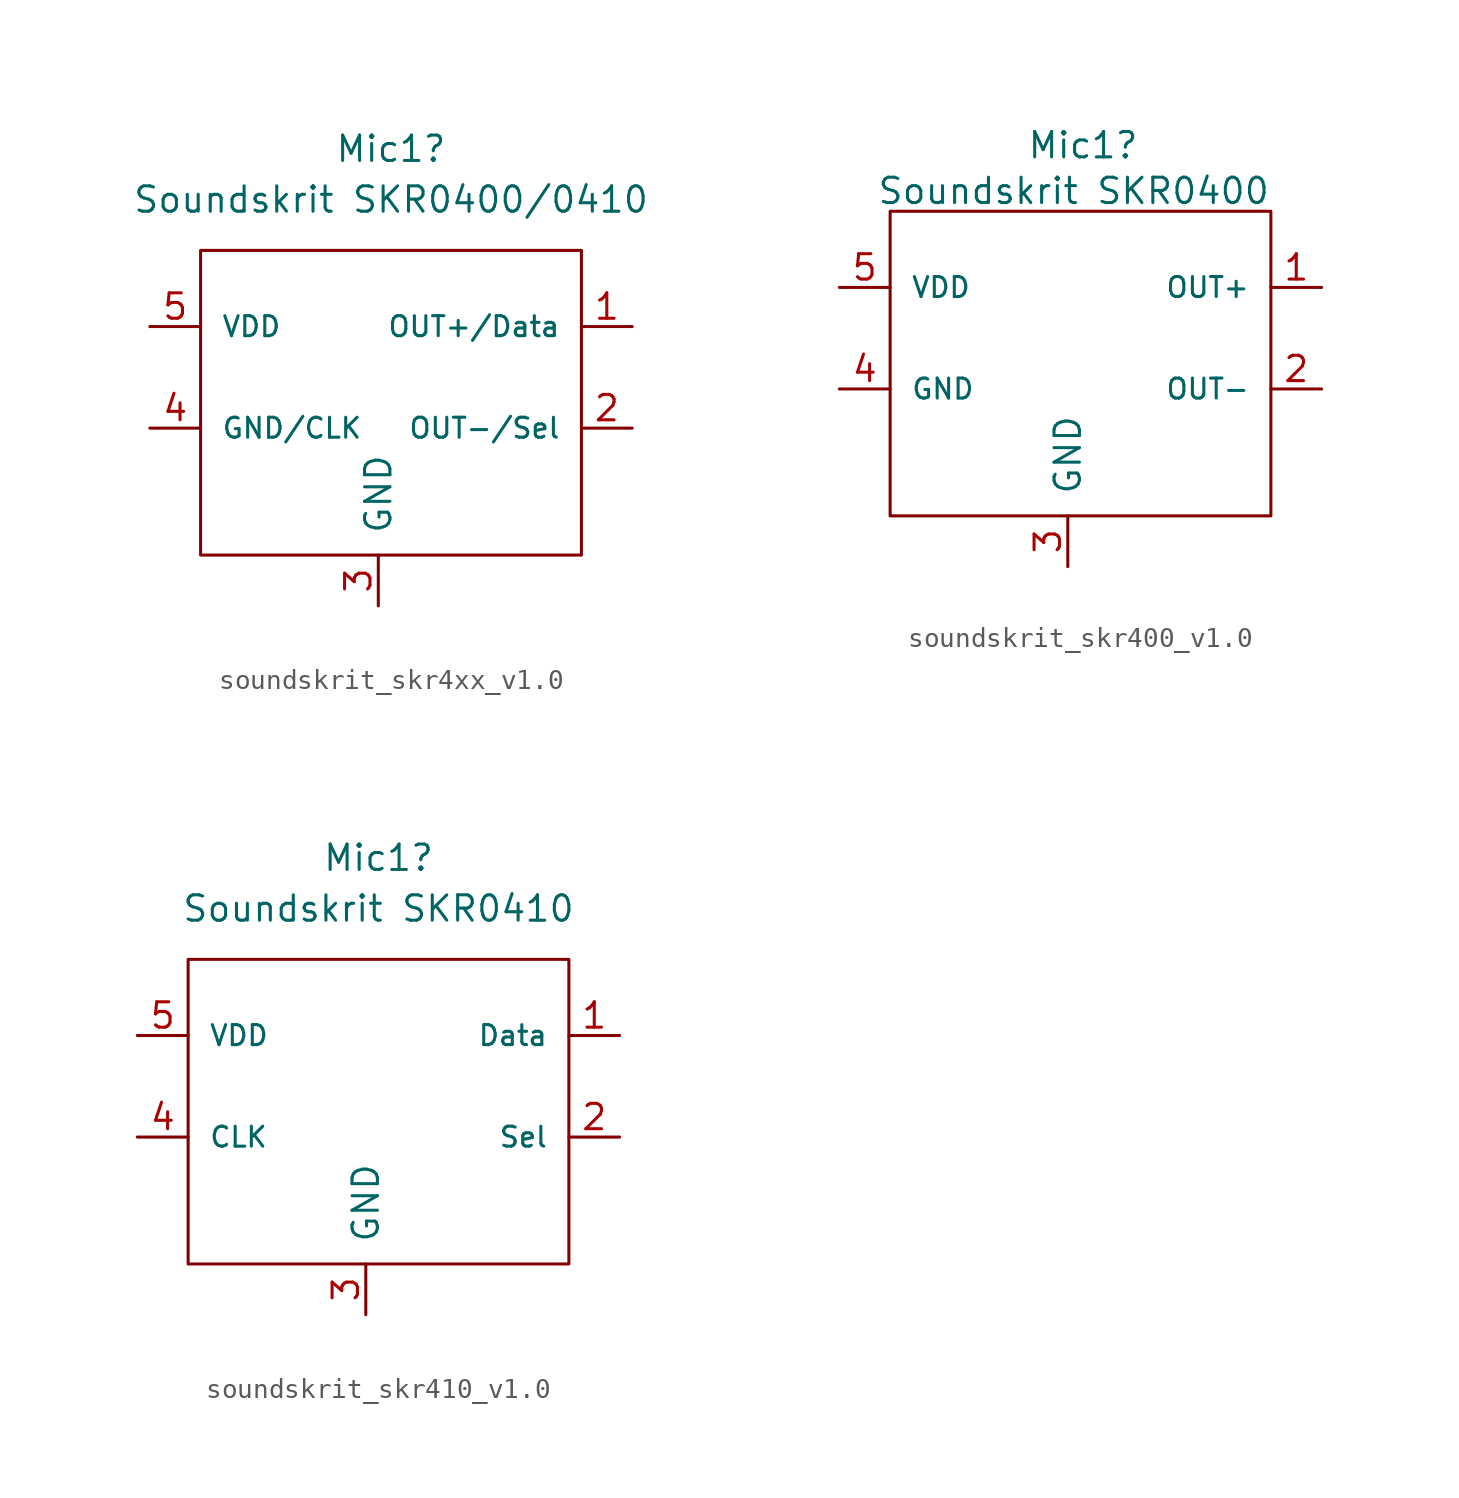
<source format=kicad_sym>
(kicad_symbol_lib
  (version 20231120)
  (generator "kicad_symbol_editor")
  (generator_version "8.0")
  (symbol "soundskrit_skr4xx_v1.0"
    (pin_names
      (offset 1.016))
    (property "Reference" "Mic1"
      (at 5.715 3.81 0)
      (effects (font (size 1.27 1.27))))
    (property "Value" "Soundskrit SKR0400/0410"
      (at 5.715 1.27 0)
      (effects (font (size 1.27 1.27))))
    (symbol "soundskrit_skr4xx_v1.0_0_1"
      (polyline (pts (xy -3.81 -1.27) (xy 15.24 -1.27) (xy 15.24 -16.51) (xy 0 -16.51) (xy -3.81 -16.51) (xy -3.81 -8.89) (xy -3.81 -1.27)) (stroke (width 0) (type default)) (fill (type none))))
    (symbol "soundskrit_skr4xx_v1.0_1_1"
      (pin output line (at 17.78 -5.08 180) (length 2.54) (name "OUT+/Data" (effects (font (size 1 1)))) (number "1" (effects (font (size 1.27 1.27)))))
      (pin bidirectional line (at 17.78 -10.16 180) (length 2.54) (name "OUT-/Sel" (effects (font (size 1 1)))) (number "2" (effects (font (size 1.27 1.27)))))
      (pin power_in line (at 5.08 -19.05 90) (length 2.54) (name "GND" (effects (font (size 1.27 1.27)))) (number "3" (effects (font (size 1.27 1.27)))))
      (pin bidirectional line (at -6.35 -10.16 0) (length 2.54) (name "GND/CLK" (effects (font (size 1 1)))) (number "4" (effects (font (size 1.27 1.27)))))
      (pin power_in line (at -6.35 -5.08 0) (length 2.54) (name "VDD" (effects (font (size 1 1)))) (number "5" (effects (font (size 1.27 1.27)))))))
  (symbol "soundskrit_skr400_v1.0"
    (pin_names
      (offset 1.016))
    (property "Reference" "Mic1"
      (at 5.842 2.032 0)
      (effects (font (size 1.27 1.27))))
    (property "Value" "Soundskrit SKR0400"
      (at 15.24 -0.254 0)
      (effects (font (size 1.27 1.27)) (justify right)))
    (symbol "soundskrit_skr400_v1.0_0_1"
      (polyline (pts (xy -3.81 -1.27) (xy 15.24 -1.27) (xy 15.24 -16.51) (xy 0 -16.51) (xy -3.81 -16.51) (xy -3.81 -8.89) (xy -3.81 -1.27)) (stroke (width 0) (type default)) (fill (type none))))
    (symbol "soundskrit_skr400_v1.0_1_1"
      (pin output line (at 17.78 -5.08 180) (length 2.54) (name "OUT+" (effects (font (size 1 1)))) (number "1" (effects (font (size 1.27 1.27)))))
      (pin output line (at 17.78 -10.16 180) (length 2.54) (name "OUT-" (effects (font (size 1 1)))) (number "2" (effects (font (size 1.27 1.27)))))
      (pin power_in line (at 5.08 -19.05 90) (length 2.54) (name "GND" (effects (font (size 1.27 1.27)))) (number "3" (effects (font (size 1.27 1.27)))))
      (pin power_in line (at -6.35 -10.16 0) (length 2.54) (name "GND" (effects (font (size 1 1)))) (number "4" (effects (font (size 1.27 1.27)))))
      (pin power_in line (at -6.35 -5.08 0) (length 2.54) (name "VDD" (effects (font (size 1 1)))) (number "5" (effects (font (size 1.27 1.27)))))))
  (symbol "soundskrit_skr410_v1.0"
    (pin_names
      (offset 1.016))
    (property "Reference" "Mic1"
      (at 5.715 3.81 0)
      (effects (font (size 1.27 1.27))))
    (property "Value" "Soundskrit SKR0410"
      (at 5.715 1.27 0)
      (effects (font (size 1.27 1.27))))
    (symbol "soundskrit_skr410_v1.0_0_1"
      (polyline (pts (xy -3.81 -1.27) (xy 15.24 -1.27) (xy 15.24 -16.51) (xy 0 -16.51) (xy -3.81 -16.51) (xy -3.81 -8.89) (xy -3.81 -1.27)) (stroke (width 0) (type default)) (fill (type none))))
    (symbol "soundskrit_skr410_v1.0_1_1"
      (pin output line (at 17.78 -5.08 180) (length 2.54) (name "Data" (effects (font (size 1 1)))) (number "1" (effects (font (size 1.27 1.27)))))
      (pin input line (at 17.78 -10.16 180) (length 2.54) (name "Sel" (effects (font (size 1 1)))) (number "2" (effects (font (size 1.27 1.27)))))
      (pin power_in line (at 5.08 -19.05 90) (length 2.54) (name "GND" (effects (font (size 1.27 1.27)))) (number "3" (effects (font (size 1.27 1.27)))))
      (pin input line (at -6.35 -10.16 0) (length 2.54) (name "CLK" (effects (font (size 1 1)))) (number "4" (effects (font (size 1.27 1.27)))))
      (pin power_in line (at -6.35 -5.08 0) (length 2.54) (name "VDD" (effects (font (size 1 1)))) (number "5" (effects (font (size 1.27 1.27))))))))
</source>
